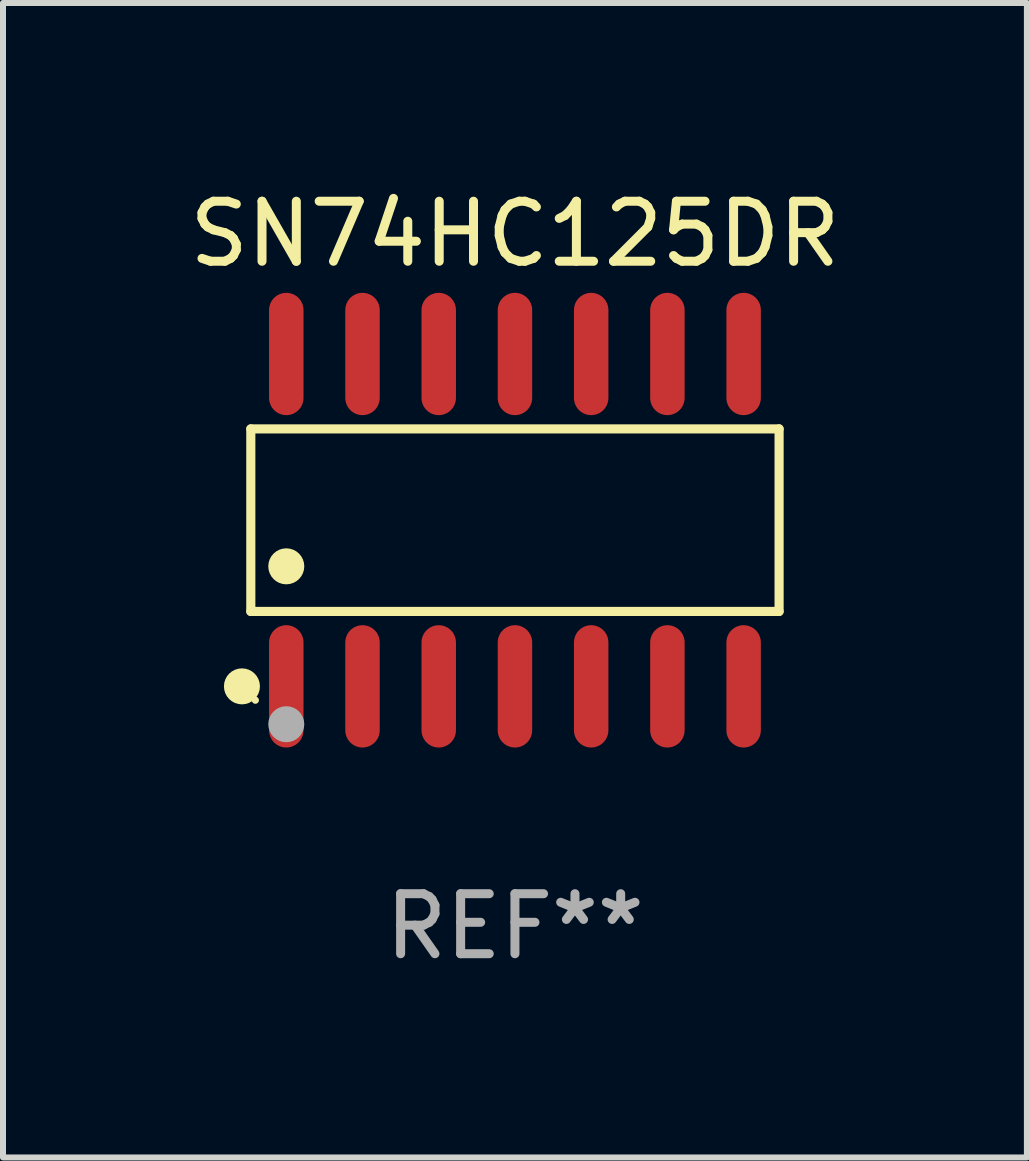
<source format=kicad_pcb>
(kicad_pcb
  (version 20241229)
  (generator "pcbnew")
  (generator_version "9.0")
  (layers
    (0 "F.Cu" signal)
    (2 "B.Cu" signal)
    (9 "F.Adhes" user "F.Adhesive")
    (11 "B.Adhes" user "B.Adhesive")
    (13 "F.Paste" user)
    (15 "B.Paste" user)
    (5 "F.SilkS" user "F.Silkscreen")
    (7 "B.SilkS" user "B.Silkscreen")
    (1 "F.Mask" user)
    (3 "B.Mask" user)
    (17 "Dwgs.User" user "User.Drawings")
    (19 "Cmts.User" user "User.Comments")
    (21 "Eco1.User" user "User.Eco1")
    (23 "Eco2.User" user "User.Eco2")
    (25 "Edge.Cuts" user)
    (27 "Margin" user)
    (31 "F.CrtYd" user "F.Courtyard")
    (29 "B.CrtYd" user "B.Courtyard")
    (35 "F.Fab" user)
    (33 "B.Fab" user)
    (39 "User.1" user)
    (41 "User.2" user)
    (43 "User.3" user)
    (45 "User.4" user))
  (footprint "SN74HC125DR"
    (layer "F.Cu")
    (at 5.53 5.617)
    (property "Reference" "SN74HC125DR" (at 0 -4.769 0) (layer "F.SilkS") (effects (font (size 1 1) (thickness 0.15))))
    (attr through_hole)
    (fp_line (start -4.401 -1.521) (end 4.401 -1.521) (stroke (width 0.152) (type solid)) (layer "F.SilkS"))
    (fp_line (start -4.401 1.521) (end -4.401 -1.521) (stroke (width 0.152) (type solid)) (layer "F.SilkS"))
    (fp_line (start 4.401 -1.521) (end 4.401 1.521) (stroke (width 0.152) (type solid)) (layer "F.SilkS"))
    (fp_line (start 4.401 1.521) (end -4.401 1.521) (stroke (width 0.152) (type solid)) (layer "F.SilkS"))
    (fp_circle (center -4.549 2.769) (end -4.399 2.769) (stroke (width 0.3) (type solid)) (fill no) (layer "F.SilkS"))
    (fp_circle (center -4.325 3) (end -4.295 3) (stroke (width 0.06) (type solid)) (fill no) (layer "F.SilkS"))
    (fp_circle (center -3.81 0.769) (end -3.66 0.769) (stroke (width 0.3) (type solid)) (fill no) (layer "F.SilkS"))
    (fp_circle (center -3.81 3.4) (end -3.66 3.4) (stroke (width 0.3) (type solid)) (fill no) (layer "F.Fab"))
    (fp_text user "REF**" (at 0 6.769 0) (layer "F.Fab") (effects (font (size 1 1) (thickness 0.15))))
    (pad "1" smd oval (at -3.81 2.769) (size 0.574 2.038) (layers "F.Cu" "F.Mask" "F.Paste"))
    (pad "2" smd oval (at -2.54 2.769) (size 0.574 2.038) (layers "F.Cu" "F.Mask" "F.Paste"))
    (pad "3" smd oval (at -1.27 2.769) (size 0.574 2.038) (layers "F.Cu" "F.Mask" "F.Paste"))
    (pad "4" smd oval (at 0 2.769) (size 0.574 2.038) (layers "F.Cu" "F.Mask" "F.Paste"))
    (pad "5" smd oval (at 1.27 2.769) (size 0.574 2.038) (layers "F.Cu" "F.Mask" "F.Paste"))
    (pad "6" smd oval (at 2.54 2.769) (size 0.574 2.038) (layers "F.Cu" "F.Mask" "F.Paste"))
    (pad "7" smd oval (at 3.81 2.769) (size 0.574 2.038) (layers "F.Cu" "F.Mask" "F.Paste"))
    (pad "8" smd oval (at 3.81 -2.769) (size 0.574 2.038) (layers "F.Cu" "F.Mask" "F.Paste"))
    (pad "9" smd oval (at 2.54 -2.769) (size 0.574 2.038) (layers "F.Cu" "F.Mask" "F.Paste"))
    (pad "10" smd oval (at 1.27 -2.769) (size 0.574 2.038) (layers "F.Cu" "F.Mask" "F.Paste"))
    (pad "11" smd oval (at 0 -2.769) (size 0.574 2.038) (layers "F.Cu" "F.Mask" "F.Paste"))
    (pad "12" smd oval (at -1.27 -2.769) (size 0.574 2.038) (layers "F.Cu" "F.Mask" "F.Paste"))
    (pad "13" smd oval (at -2.54 -2.769) (size 0.574 2.038) (layers "F.Cu" "F.Mask" "F.Paste"))
    (pad "14" smd oval (at -3.81 -2.769) (size 0.574 2.038) (layers "F.Cu" "F.Mask" "F.Paste")))
  (gr_rect
    (start -3 -3)
    (end 14.06 16.235)
    (stroke (width 0.1) (type default))
    (fill no)
    (layer "Edge.Cuts")))
</source>
